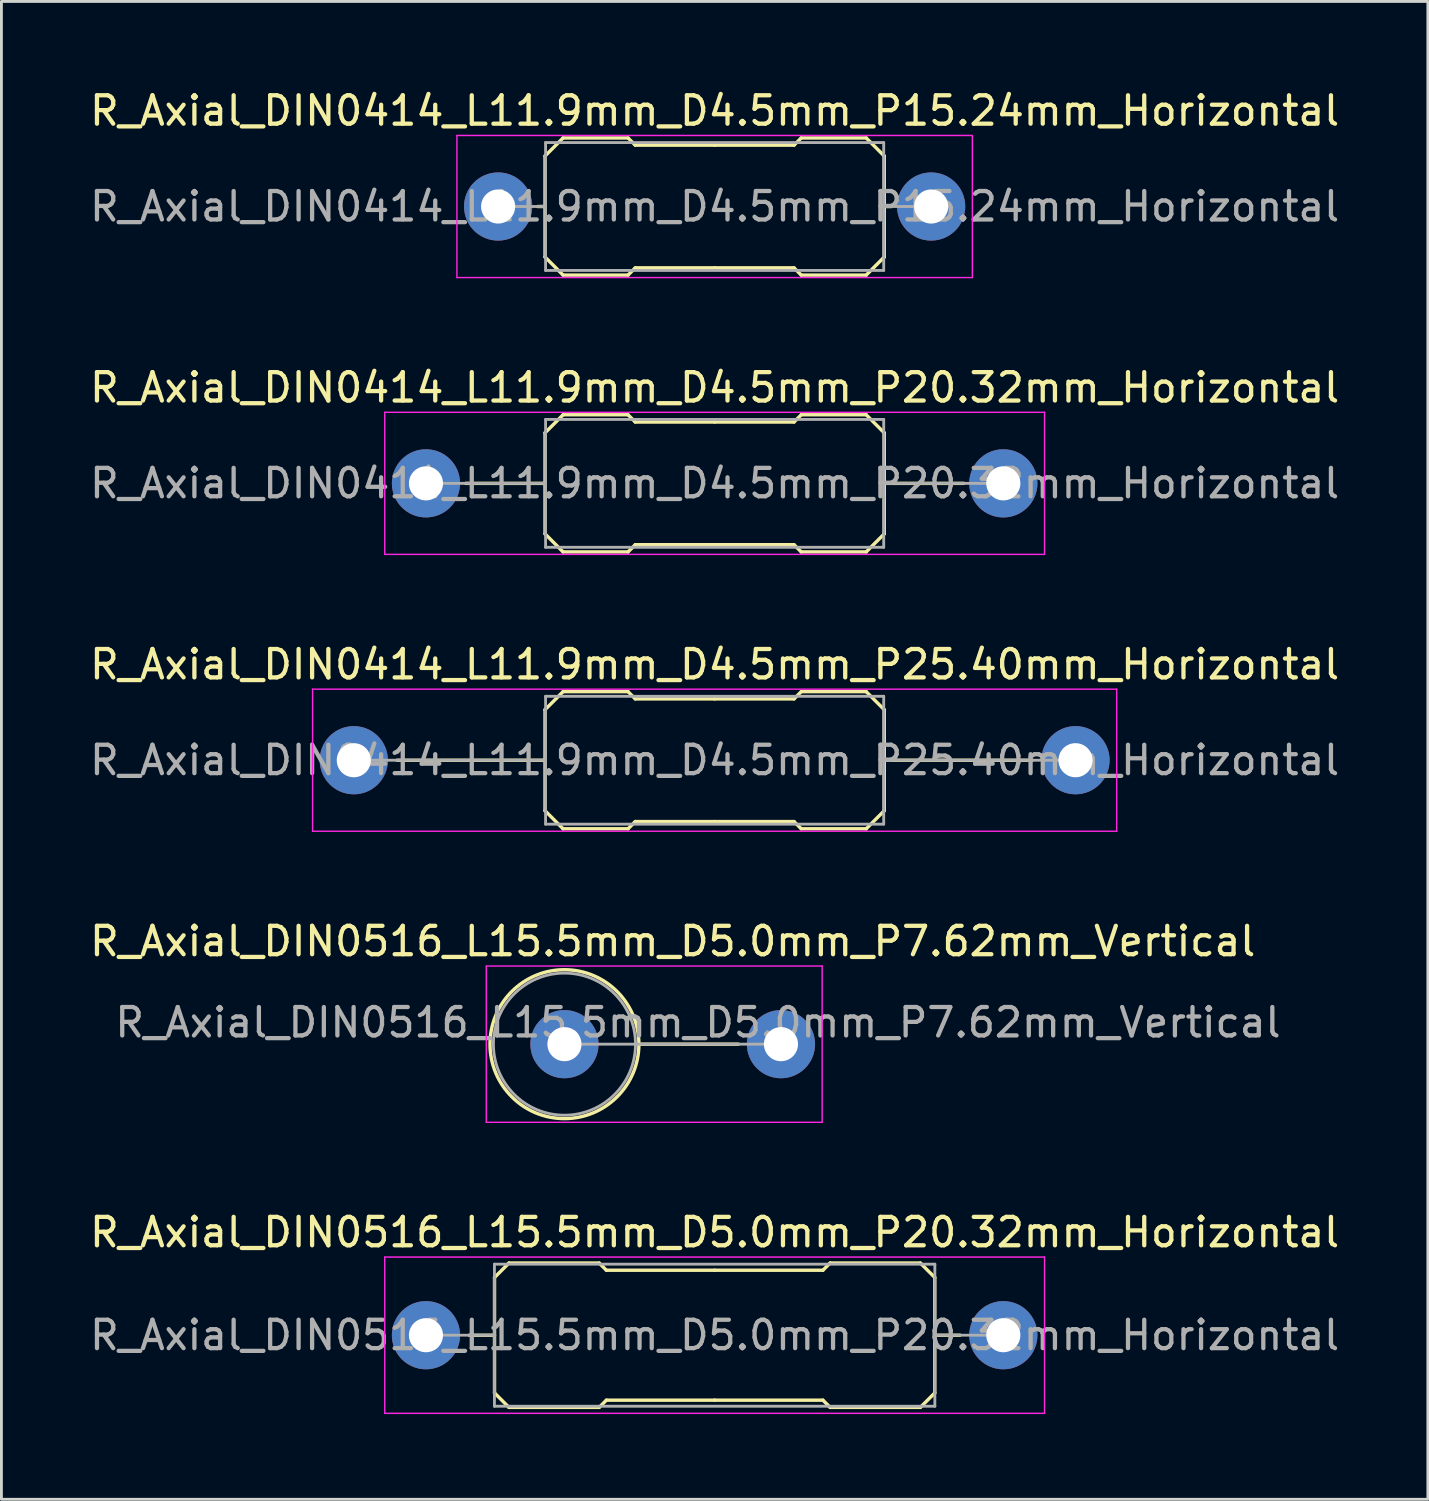
<source format=kicad_pcb>
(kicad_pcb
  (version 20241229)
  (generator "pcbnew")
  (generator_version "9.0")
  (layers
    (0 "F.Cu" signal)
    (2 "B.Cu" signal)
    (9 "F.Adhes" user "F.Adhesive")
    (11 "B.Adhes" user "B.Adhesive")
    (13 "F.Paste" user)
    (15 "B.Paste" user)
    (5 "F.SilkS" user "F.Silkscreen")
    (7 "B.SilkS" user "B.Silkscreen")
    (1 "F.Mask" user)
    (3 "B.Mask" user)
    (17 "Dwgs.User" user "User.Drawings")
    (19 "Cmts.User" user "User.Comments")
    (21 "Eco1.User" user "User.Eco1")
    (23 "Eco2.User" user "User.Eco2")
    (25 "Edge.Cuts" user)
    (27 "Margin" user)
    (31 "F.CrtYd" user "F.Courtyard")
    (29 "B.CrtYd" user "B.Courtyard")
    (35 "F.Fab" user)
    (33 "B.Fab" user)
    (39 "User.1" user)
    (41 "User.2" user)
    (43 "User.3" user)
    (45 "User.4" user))
  (footprint "R_Axial_DIN0516_L15.5mm_D5.0mm_P20.32mm_Horizontal"
    (layer "F.Cu")
    (at 11.941 43.941)
    (property "Reference" "R_Axial_DIN0516_L15.5mm_D5.0mm_P20.32mm_Horizontal" (at 10.16 -3.62 0) (layer "F.SilkS") (effects (font (size 1 1) (thickness 0.15))))
    (attr through_hole)
    (fp_line (start 2.413 -2.032) (end 2.921 -2.54) (stroke (width 0.12) (type solid)) (layer "F.SilkS"))
    (fp_line (start 2.413 0) (end 1.524 0) (stroke (width 0.12) (type solid)) (layer "F.SilkS"))
    (fp_line (start 2.413 2.032) (end 2.413 -2.032) (stroke (width 0.12) (type solid)) (layer "F.SilkS"))
    (fp_line (start 2.413 2.032) (end 2.921 2.54) (stroke (width 0.12) (type solid)) (layer "F.SilkS"))
    (fp_line (start 2.921 -2.54) (end 6.096 -2.54) (stroke (width 0.12) (type solid)) (layer "F.SilkS"))
    (fp_line (start 2.921 2.54) (end 6.096 2.54) (stroke (width 0.12) (type solid)) (layer "F.SilkS"))
    (fp_line (start 6.096 -2.54) (end 6.35 -2.286) (stroke (width 0.12) (type solid)) (layer "F.SilkS"))
    (fp_line (start 6.096 2.54) (end 6.35 2.286) (stroke (width 0.12) (type solid)) (layer "F.SilkS"))
    (fp_line (start 6.35 -2.286) (end 10.16 -2.286) (stroke (width 0.12) (type solid)) (layer "F.SilkS"))
    (fp_line (start 6.35 2.286) (end 10.16 2.286) (stroke (width 0.12) (type solid)) (layer "F.SilkS"))
    (fp_line (start 13.97 -2.286) (end 10.16 -2.286) (stroke (width 0.12) (type solid)) (layer "F.SilkS"))
    (fp_line (start 13.97 2.286) (end 10.16 2.286) (stroke (width 0.12) (type solid)) (layer "F.SilkS"))
    (fp_line (start 14.224 -2.54) (end 13.97 -2.286) (stroke (width 0.12) (type solid)) (layer "F.SilkS"))
    (fp_line (start 14.224 2.54) (end 13.97 2.286) (stroke (width 0.12) (type solid)) (layer "F.SilkS"))
    (fp_line (start 17.399 -2.54) (end 14.224 -2.54) (stroke (width 0.12) (type solid)) (layer "F.SilkS"))
    (fp_line (start 17.399 2.54) (end 14.224 2.54) (stroke (width 0.12) (type solid)) (layer "F.SilkS"))
    (fp_line (start 17.907 -2.032) (end 17.399 -2.54) (stroke (width 0.12) (type solid)) (layer "F.SilkS"))
    (fp_line (start 17.907 2.032) (end 17.399 2.54) (stroke (width 0.12) (type solid)) (layer "F.SilkS"))
    (fp_line (start 17.907 2.032) (end 17.907 -2.032) (stroke (width 0.12) (type solid)) (layer "F.SilkS"))
    (fp_line (start 18.796 0) (end 17.907 0) (stroke (width 0.12) (type solid)) (layer "F.SilkS"))
    (fp_line (start -1.45 -2.75) (end -1.45 2.75) (stroke (width 0.05) (type solid)) (layer "F.CrtYd"))
    (fp_line (start -1.45 2.75) (end 21.77 2.75) (stroke (width 0.05) (type solid)) (layer "F.CrtYd"))
    (fp_line (start 21.77 -2.75) (end -1.45 -2.75) (stroke (width 0.05) (type solid)) (layer "F.CrtYd"))
    (fp_line (start 21.77 2.75) (end 21.77 -2.75) (stroke (width 0.05) (type solid)) (layer "F.CrtYd"))
    (fp_line (start 0 0) (end 2.41 0) (stroke (width 0.1) (type solid)) (layer "F.Fab"))
    (fp_line (start 2.41 -2.5) (end 2.41 2.5) (stroke (width 0.1) (type solid)) (layer "F.Fab"))
    (fp_line (start 2.41 2.5) (end 17.91 2.5) (stroke (width 0.1) (type solid)) (layer "F.Fab"))
    (fp_line (start 17.91 -2.5) (end 2.41 -2.5) (stroke (width 0.1) (type solid)) (layer "F.Fab"))
    (fp_line (start 17.91 2.5) (end 17.91 -2.5) (stroke (width 0.1) (type solid)) (layer "F.Fab"))
    (fp_line (start 20.32 0) (end 17.91 0) (stroke (width 0.1) (type solid)) (layer "F.Fab"))
    (fp_text user "${REFERENCE}" (at 10.16 0 0) (layer "F.Fab") (effects (font (size 1 1) (thickness 0.15))))
    (pad "1" thru_hole circle (at 0 0) (size 2.4 2.4) (drill 1.2) (layers "*.Cu" "*.Mask"))
    (pad "2" thru_hole oval (at 20.32 0) (size 2.4 2.4) (drill 1.2) (layers "*.Cu" "*.Mask")))
  (footprint "R_Axial_DIN0414_L11.9mm_D4.5mm_P20.32mm_Horizontal"
    (layer "F.Cu")
    (at 11.941 13.961)
    (property "Reference" "R_Axial_DIN0414_L11.9mm_D4.5mm_P20.32mm_Horizontal" (at 10.16 -3.37 0) (layer "F.SilkS") (effects (font (size 1 1) (thickness 0.15))))
    (attr through_hole)
    (fp_line (start 4.191 -1.778) (end 4.826 -2.413) (stroke (width 0.12) (type solid)) (layer "F.SilkS"))
    (fp_line (start 4.191 0) (end 1.397 0) (stroke (width 0.12) (type solid)) (layer "F.SilkS"))
    (fp_line (start 4.191 1.778) (end 4.191 -1.778) (stroke (width 0.12) (type solid)) (layer "F.SilkS"))
    (fp_line (start 4.191 1.778) (end 4.826 2.413) (stroke (width 0.12) (type solid)) (layer "F.SilkS"))
    (fp_line (start 4.826 -2.413) (end 7.112 -2.413) (stroke (width 0.12) (type solid)) (layer "F.SilkS"))
    (fp_line (start 4.826 2.413) (end 7.112 2.413) (stroke (width 0.12) (type solid)) (layer "F.SilkS"))
    (fp_line (start 7.112 -2.413) (end 7.366 -2.159) (stroke (width 0.12) (type solid)) (layer "F.SilkS"))
    (fp_line (start 7.112 2.413) (end 7.366 2.159) (stroke (width 0.12) (type solid)) (layer "F.SilkS"))
    (fp_line (start 7.366 -2.159) (end 10.16 -2.159) (stroke (width 0.12) (type solid)) (layer "F.SilkS"))
    (fp_line (start 7.366 2.159) (end 10.16 2.159) (stroke (width 0.12) (type solid)) (layer "F.SilkS"))
    (fp_line (start 12.954 -2.159) (end 10.16 -2.159) (stroke (width 0.12) (type solid)) (layer "F.SilkS"))
    (fp_line (start 12.954 2.159) (end 10.16 2.159) (stroke (width 0.12) (type solid)) (layer "F.SilkS"))
    (fp_line (start 13.208 -2.413) (end 12.954 -2.159) (stroke (width 0.12) (type solid)) (layer "F.SilkS"))
    (fp_line (start 13.208 2.413) (end 12.954 2.159) (stroke (width 0.12) (type solid)) (layer "F.SilkS"))
    (fp_line (start 15.494 -2.413) (end 13.208 -2.413) (stroke (width 0.12) (type solid)) (layer "F.SilkS"))
    (fp_line (start 15.494 2.413) (end 13.208 2.413) (stroke (width 0.12) (type solid)) (layer "F.SilkS"))
    (fp_line (start 16.129 -1.778) (end 15.494 -2.413) (stroke (width 0.12) (type solid)) (layer "F.SilkS"))
    (fp_line (start 16.129 0) (end 18.923 0) (stroke (width 0.12) (type solid)) (layer "F.SilkS"))
    (fp_line (start 16.129 1.778) (end 15.494 2.413) (stroke (width 0.12) (type solid)) (layer "F.SilkS"))
    (fp_line (start 16.129 1.778) (end 16.129 -1.778) (stroke (width 0.12) (type solid)) (layer "F.SilkS"))
    (fp_line (start -1.45 -2.5) (end -1.45 2.5) (stroke (width 0.05) (type solid)) (layer "F.CrtYd"))
    (fp_line (start -1.45 2.5) (end 21.77 2.5) (stroke (width 0.05) (type solid)) (layer "F.CrtYd"))
    (fp_line (start 21.77 -2.5) (end -1.45 -2.5) (stroke (width 0.05) (type solid)) (layer "F.CrtYd"))
    (fp_line (start 21.77 2.5) (end 21.77 -2.5) (stroke (width 0.05) (type solid)) (layer "F.CrtYd"))
    (fp_line (start 0 0) (end 4.21 0) (stroke (width 0.1) (type solid)) (layer "F.Fab"))
    (fp_line (start 4.21 -2.25) (end 4.21 2.25) (stroke (width 0.1) (type solid)) (layer "F.Fab"))
    (fp_line (start 4.21 2.25) (end 16.11 2.25) (stroke (width 0.1) (type solid)) (layer "F.Fab"))
    (fp_line (start 16.11 -2.25) (end 4.21 -2.25) (stroke (width 0.1) (type solid)) (layer "F.Fab"))
    (fp_line (start 16.11 2.25) (end 16.11 -2.25) (stroke (width 0.1) (type solid)) (layer "F.Fab"))
    (fp_line (start 20.32 0) (end 16.11 0) (stroke (width 0.1) (type solid)) (layer "F.Fab"))
    (fp_text user "${REFERENCE}" (at 10.16 0 0) (layer "F.Fab") (effects (font (size 1 1) (thickness 0.15))))
    (pad "1" thru_hole circle (at 0 0) (size 2.4 2.4) (drill 1.2) (layers "*.Cu" "*.Mask"))
    (pad "2" thru_hole oval (at 20.32 0) (size 2.4 2.4) (drill 1.2) (layers "*.Cu" "*.Mask")))
  (footprint "R_Axial_DIN0516_L15.5mm_D5.0mm_P7.62mm_Vertical"
    (layer "F.Cu")
    (at 16.815 33.698)
    (property "Reference" "R_Axial_DIN0516_L15.5mm_D5.0mm_P7.62mm_Vertical" (at 3.81 -3.62 0) (layer "F.SilkS") (effects (font (size 1 1) (thickness 0.15))))
    (attr through_hole)
    (fp_line (start 2.62 0) (end 6.12 0) (stroke (width 0.12) (type solid)) (layer "F.SilkS"))
    (fp_circle (center 0 0) (end 2.62 0) (stroke (width 0.12) (type solid)) (fill no) (layer "F.SilkS"))
    (fp_line (start -2.75 -2.75) (end -2.75 2.75) (stroke (width 0.05) (type solid)) (layer "F.CrtYd"))
    (fp_line (start -2.75 2.75) (end 9.07 2.75) (stroke (width 0.05) (type solid)) (layer "F.CrtYd"))
    (fp_line (start 9.07 -2.75) (end -2.75 -2.75) (stroke (width 0.05) (type solid)) (layer "F.CrtYd"))
    (fp_line (start 9.07 2.75) (end 9.07 -2.75) (stroke (width 0.05) (type solid)) (layer "F.CrtYd"))
    (fp_line (start 0 0) (end 7.62 0) (stroke (width 0.1) (type solid)) (layer "F.Fab"))
    (fp_circle (center 0 0) (end 2.5 0) (stroke (width 0.1) (type solid)) (fill no) (layer "F.Fab"))
    (fp_text user "${REFERENCE}" (at 4.699 -0.762 0) (layer "F.Fab") (effects (font (size 1 1) (thickness 0.15))))
    (pad "1" thru_hole circle (at 0 0) (size 2.4 2.4) (drill 1.2) (layers "*.Cu" "*.Mask"))
    (pad "2" thru_hole oval (at 7.62 0) (size 2.4 2.4) (drill 1.2) (layers "*.Cu" "*.Mask")))
  (footprint "R_Axial_DIN0414_L11.9mm_D4.5mm_P15.24mm_Horizontal"
    (layer "F.Cu")
    (at 14.481 4.218)
    (property "Reference" "R_Axial_DIN0414_L11.9mm_D4.5mm_P15.24mm_Horizontal" (at 7.62 -3.37 0) (layer "F.SilkS") (effects (font (size 1 1) (thickness 0.15))))
    (attr through_hole)
    (fp_line (start 1.651 -1.778) (end 2.286 -2.413) (stroke (width 0.12) (type solid)) (layer "F.SilkS"))
    (fp_line (start 1.651 0) (end 1.397 0) (stroke (width 0.12) (type solid)) (layer "F.SilkS"))
    (fp_line (start 1.651 1.778) (end 1.651 -1.778) (stroke (width 0.12) (type solid)) (layer "F.SilkS"))
    (fp_line (start 1.651 1.778) (end 2.286 2.413) (stroke (width 0.12) (type solid)) (layer "F.SilkS"))
    (fp_line (start 2.286 -2.413) (end 4.572 -2.413) (stroke (width 0.12) (type solid)) (layer "F.SilkS"))
    (fp_line (start 2.286 2.413) (end 4.572 2.413) (stroke (width 0.12) (type solid)) (layer "F.SilkS"))
    (fp_line (start 4.572 -2.413) (end 4.826 -2.159) (stroke (width 0.12) (type solid)) (layer "F.SilkS"))
    (fp_line (start 4.572 2.413) (end 4.826 2.159) (stroke (width 0.12) (type solid)) (layer "F.SilkS"))
    (fp_line (start 4.826 -2.159) (end 7.62 -2.159) (stroke (width 0.12) (type solid)) (layer "F.SilkS"))
    (fp_line (start 4.826 2.159) (end 7.62 2.159) (stroke (width 0.12) (type solid)) (layer "F.SilkS"))
    (fp_line (start 10.414 -2.159) (end 7.62 -2.159) (stroke (width 0.12) (type solid)) (layer "F.SilkS"))
    (fp_line (start 10.414 2.159) (end 7.62 2.159) (stroke (width 0.12) (type solid)) (layer "F.SilkS"))
    (fp_line (start 10.668 -2.413) (end 10.414 -2.159) (stroke (width 0.12) (type solid)) (layer "F.SilkS"))
    (fp_line (start 10.668 2.413) (end 10.414 2.159) (stroke (width 0.12) (type solid)) (layer "F.SilkS"))
    (fp_line (start 12.954 -2.413) (end 10.668 -2.413) (stroke (width 0.12) (type solid)) (layer "F.SilkS"))
    (fp_line (start 12.954 2.413) (end 10.668 2.413) (stroke (width 0.12) (type solid)) (layer "F.SilkS"))
    (fp_line (start 13.589 -1.778) (end 12.954 -2.413) (stroke (width 0.12) (type solid)) (layer "F.SilkS"))
    (fp_line (start 13.589 0) (end 13.843 0) (stroke (width 0.12) (type solid)) (layer "F.SilkS"))
    (fp_line (start 13.589 1.778) (end 12.954 2.413) (stroke (width 0.12) (type solid)) (layer "F.SilkS"))
    (fp_line (start 13.589 1.778) (end 13.589 -1.778) (stroke (width 0.12) (type solid)) (layer "F.SilkS"))
    (fp_line (start -1.45 -2.5) (end -1.45 2.5) (stroke (width 0.05) (type solid)) (layer "F.CrtYd"))
    (fp_line (start -1.45 2.5) (end 16.69 2.5) (stroke (width 0.05) (type solid)) (layer "F.CrtYd"))
    (fp_line (start 16.69 -2.5) (end -1.45 -2.5) (stroke (width 0.05) (type solid)) (layer "F.CrtYd"))
    (fp_line (start 16.69 2.5) (end 16.69 -2.5) (stroke (width 0.05) (type solid)) (layer "F.CrtYd"))
    (fp_line (start 0 0) (end 1.67 0) (stroke (width 0.1) (type solid)) (layer "F.Fab"))
    (fp_line (start 1.67 -2.25) (end 1.67 2.25) (stroke (width 0.1) (type solid)) (layer "F.Fab"))
    (fp_line (start 1.67 2.25) (end 13.57 2.25) (stroke (width 0.1) (type solid)) (layer "F.Fab"))
    (fp_line (start 13.57 -2.25) (end 1.67 -2.25) (stroke (width 0.1) (type solid)) (layer "F.Fab"))
    (fp_line (start 13.57 2.25) (end 13.57 -2.25) (stroke (width 0.1) (type solid)) (layer "F.Fab"))
    (fp_line (start 15.24 0) (end 13.57 0) (stroke (width 0.1) (type solid)) (layer "F.Fab"))
    (fp_text user "${REFERENCE}" (at 7.62 0 0) (layer "F.Fab") (effects (font (size 1 1) (thickness 0.15))))
    (pad "1" thru_hole circle (at 0 0) (size 2.4 2.4) (drill 1.2) (layers "*.Cu" "*.Mask"))
    (pad "2" thru_hole oval (at 15.24 0) (size 2.4 2.4) (drill 1.2) (layers "*.Cu" "*.Mask")))
  (footprint "R_Axial_DIN0414_L11.9mm_D4.5mm_P25.40mm_Horizontal"
    (layer "F.Cu")
    (at 9.401 23.705)
    (property "Reference" "R_Axial_DIN0414_L11.9mm_D4.5mm_P25.40mm_Horizontal" (at 12.7 -3.37 0) (layer "F.SilkS") (effects (font (size 1 1) (thickness 0.15))))
    (attr through_hole)
    (fp_line (start 6.731 -1.778) (end 7.366 -2.413) (stroke (width 0.12) (type solid)) (layer "F.SilkS"))
    (fp_line (start 6.731 0) (end 1.524 0) (stroke (width 0.12) (type solid)) (layer "F.SilkS"))
    (fp_line (start 6.731 1.778) (end 6.731 -1.778) (stroke (width 0.12) (type solid)) (layer "F.SilkS"))
    (fp_line (start 6.731 1.778) (end 7.366 2.413) (stroke (width 0.12) (type solid)) (layer "F.SilkS"))
    (fp_line (start 7.366 -2.413) (end 9.652 -2.413) (stroke (width 0.12) (type solid)) (layer "F.SilkS"))
    (fp_line (start 7.366 2.413) (end 9.652 2.413) (stroke (width 0.12) (type solid)) (layer "F.SilkS"))
    (fp_line (start 9.652 -2.413) (end 9.906 -2.159) (stroke (width 0.12) (type solid)) (layer "F.SilkS"))
    (fp_line (start 9.652 2.413) (end 9.906 2.159) (stroke (width 0.12) (type solid)) (layer "F.SilkS"))
    (fp_line (start 9.906 -2.159) (end 12.7 -2.159) (stroke (width 0.12) (type solid)) (layer "F.SilkS"))
    (fp_line (start 9.906 2.159) (end 12.7 2.159) (stroke (width 0.12) (type solid)) (layer "F.SilkS"))
    (fp_line (start 15.494 -2.159) (end 12.7 -2.159) (stroke (width 0.12) (type solid)) (layer "F.SilkS"))
    (fp_line (start 15.494 2.159) (end 12.7 2.159) (stroke (width 0.12) (type solid)) (layer "F.SilkS"))
    (fp_line (start 15.748 -2.413) (end 15.494 -2.159) (stroke (width 0.12) (type solid)) (layer "F.SilkS"))
    (fp_line (start 15.748 2.413) (end 15.494 2.159) (stroke (width 0.12) (type solid)) (layer "F.SilkS"))
    (fp_line (start 18.034 -2.413) (end 15.748 -2.413) (stroke (width 0.12) (type solid)) (layer "F.SilkS"))
    (fp_line (start 18.034 2.413) (end 15.748 2.413) (stroke (width 0.12) (type solid)) (layer "F.SilkS"))
    (fp_line (start 18.669 -1.778) (end 18.034 -2.413) (stroke (width 0.12) (type solid)) (layer "F.SilkS"))
    (fp_line (start 18.669 0) (end 23.876 0) (stroke (width 0.12) (type solid)) (layer "F.SilkS"))
    (fp_line (start 18.669 1.778) (end 18.034 2.413) (stroke (width 0.12) (type solid)) (layer "F.SilkS"))
    (fp_line (start 18.669 1.778) (end 18.669 -1.778) (stroke (width 0.12) (type solid)) (layer "F.SilkS"))
    (fp_line (start -1.45 -2.5) (end -1.45 2.5) (stroke (width 0.05) (type solid)) (layer "F.CrtYd"))
    (fp_line (start -1.45 2.5) (end 26.85 2.5) (stroke (width 0.05) (type solid)) (layer "F.CrtYd"))
    (fp_line (start 26.85 -2.5) (end -1.45 -2.5) (stroke (width 0.05) (type solid)) (layer "F.CrtYd"))
    (fp_line (start 26.85 2.5) (end 26.85 -2.5) (stroke (width 0.05) (type solid)) (layer "F.CrtYd"))
    (fp_line (start 0 0) (end 6.75 0) (stroke (width 0.1) (type solid)) (layer "F.Fab"))
    (fp_line (start 6.75 -2.25) (end 6.75 2.25) (stroke (width 0.1) (type solid)) (layer "F.Fab"))
    (fp_line (start 6.75 2.25) (end 18.65 2.25) (stroke (width 0.1) (type solid)) (layer "F.Fab"))
    (fp_line (start 18.65 -2.25) (end 6.75 -2.25) (stroke (width 0.1) (type solid)) (layer "F.Fab"))
    (fp_line (start 18.65 2.25) (end 18.65 -2.25) (stroke (width 0.1) (type solid)) (layer "F.Fab"))
    (fp_line (start 25.4 0) (end 18.65 0) (stroke (width 0.1) (type solid)) (layer "F.Fab"))
    (fp_text user "${REFERENCE}" (at 12.7 0 0) (layer "F.Fab") (effects (font (size 1 1) (thickness 0.15))))
    (pad "1" thru_hole circle (at 0 0) (size 2.4 2.4) (drill 1.2) (layers "*.Cu" "*.Mask"))
    (pad "2" thru_hole oval (at 25.4 0) (size 2.4 2.4) (drill 1.2) (layers "*.Cu" "*.Mask")))
  (gr_rect
    (start -3 -3)
    (end 47.202 49.716)
    (stroke (width 0.1) (type default))
    (fill no)
    (layer "Edge.Cuts")))
</source>
